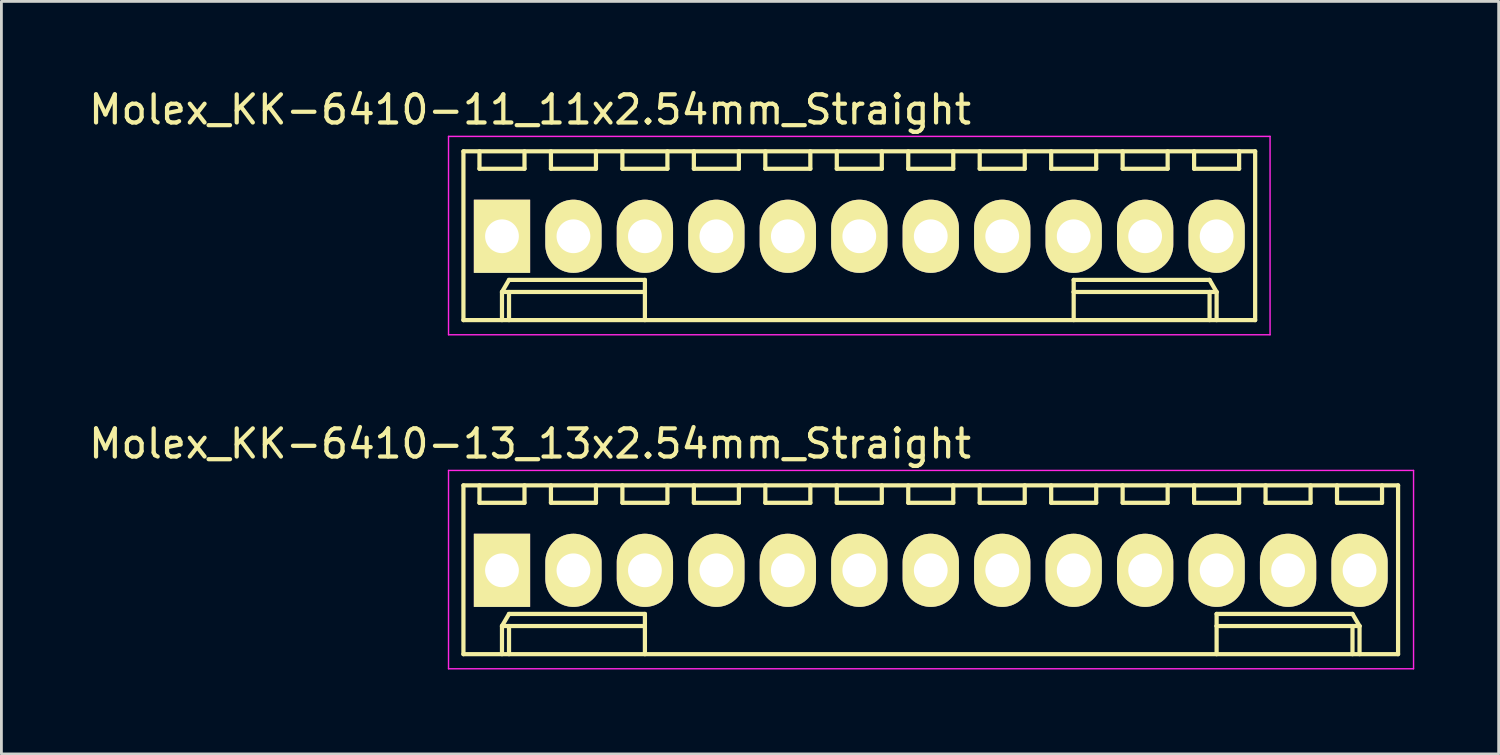
<source format=kicad_pcb>
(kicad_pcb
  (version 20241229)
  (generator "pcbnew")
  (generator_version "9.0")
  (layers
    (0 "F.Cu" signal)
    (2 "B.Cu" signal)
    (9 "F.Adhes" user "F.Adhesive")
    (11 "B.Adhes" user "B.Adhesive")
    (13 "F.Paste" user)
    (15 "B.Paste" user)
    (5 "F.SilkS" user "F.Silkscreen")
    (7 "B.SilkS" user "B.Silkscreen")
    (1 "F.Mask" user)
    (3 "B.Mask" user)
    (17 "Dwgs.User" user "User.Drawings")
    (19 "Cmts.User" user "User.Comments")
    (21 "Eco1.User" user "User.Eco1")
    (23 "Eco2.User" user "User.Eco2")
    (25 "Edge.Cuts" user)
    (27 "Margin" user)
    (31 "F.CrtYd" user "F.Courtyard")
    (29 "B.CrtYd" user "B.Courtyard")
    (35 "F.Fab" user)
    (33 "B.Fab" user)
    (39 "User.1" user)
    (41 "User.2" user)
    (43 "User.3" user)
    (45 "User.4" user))
  (footprint "Molex_KK-6410-13_13x2.54mm_Straight"
    (layer "F.Cu")
    (at 14.792 17.221)
    (property "Reference" "Molex_KK-6410-13_13x2.54mm_Straight" (at 1 -4.5 0) (layer "F.SilkS") (effects (font (size 1 1) (thickness 0.15))))
    (attr through_hole)
    (fp_line (start -1.37 -3.02) (end -1.37 2.98) (stroke (width 0.15) (type solid)) (layer "F.SilkS"))
    (fp_line (start -1.37 2.98) (end 31.85 2.98) (stroke (width 0.15) (type solid)) (layer "F.SilkS"))
    (fp_line (start -0.8 -3.02) (end -0.8 -2.4) (stroke (width 0.15) (type solid)) (layer "F.SilkS"))
    (fp_line (start -0.8 -2.4) (end 0.8 -2.4) (stroke (width 0.15) (type solid)) (layer "F.SilkS"))
    (fp_line (start 0 1.98) (end 0.25 1.55) (stroke (width 0.15) (type solid)) (layer "F.SilkS"))
    (fp_line (start 0 1.98) (end 5.08 1.98) (stroke (width 0.15) (type solid)) (layer "F.SilkS"))
    (fp_line (start 0 2.98) (end 0 1.98) (stroke (width 0.15) (type solid)) (layer "F.SilkS"))
    (fp_line (start 0.25 1.55) (end 5.08 1.55) (stroke (width 0.15) (type solid)) (layer "F.SilkS"))
    (fp_line (start 0.25 2.98) (end 0.25 1.98) (stroke (width 0.15) (type solid)) (layer "F.SilkS"))
    (fp_line (start 0.8 -2.4) (end 0.8 -3.02) (stroke (width 0.15) (type solid)) (layer "F.SilkS"))
    (fp_line (start 1.74 -3.02) (end 1.74 -2.4) (stroke (width 0.15) (type solid)) (layer "F.SilkS"))
    (fp_line (start 1.74 -2.4) (end 3.34 -2.4) (stroke (width 0.15) (type solid)) (layer "F.SilkS"))
    (fp_line (start 3.34 -2.4) (end 3.34 -3.02) (stroke (width 0.15) (type solid)) (layer "F.SilkS"))
    (fp_line (start 4.28 -3.02) (end 4.28 -2.4) (stroke (width 0.15) (type solid)) (layer "F.SilkS"))
    (fp_line (start 4.28 -2.4) (end 5.88 -2.4) (stroke (width 0.15) (type solid)) (layer "F.SilkS"))
    (fp_line (start 5.08 1.55) (end 5.08 1.98) (stroke (width 0.15) (type solid)) (layer "F.SilkS"))
    (fp_line (start 5.08 1.98) (end 5.08 2.98) (stroke (width 0.15) (type solid)) (layer "F.SilkS"))
    (fp_line (start 5.88 -2.4) (end 5.88 -3.02) (stroke (width 0.15) (type solid)) (layer "F.SilkS"))
    (fp_line (start 6.82 -3.02) (end 6.82 -2.4) (stroke (width 0.15) (type solid)) (layer "F.SilkS"))
    (fp_line (start 6.82 -2.4) (end 8.42 -2.4) (stroke (width 0.15) (type solid)) (layer "F.SilkS"))
    (fp_line (start 8.42 -2.4) (end 8.42 -3.02) (stroke (width 0.15) (type solid)) (layer "F.SilkS"))
    (fp_line (start 9.36 -3.02) (end 9.36 -2.4) (stroke (width 0.15) (type solid)) (layer "F.SilkS"))
    (fp_line (start 9.36 -2.4) (end 10.96 -2.4) (stroke (width 0.15) (type solid)) (layer "F.SilkS"))
    (fp_line (start 10.96 -2.4) (end 10.96 -3.02) (stroke (width 0.15) (type solid)) (layer "F.SilkS"))
    (fp_line (start 11.9 -3.02) (end 11.9 -2.4) (stroke (width 0.15) (type solid)) (layer "F.SilkS"))
    (fp_line (start 11.9 -2.4) (end 13.5 -2.4) (stroke (width 0.15) (type solid)) (layer "F.SilkS"))
    (fp_line (start 13.5 -2.4) (end 13.5 -3.02) (stroke (width 0.15) (type solid)) (layer "F.SilkS"))
    (fp_line (start 14.44 -3.02) (end 14.44 -2.4) (stroke (width 0.15) (type solid)) (layer "F.SilkS"))
    (fp_line (start 14.44 -2.4) (end 16.04 -2.4) (stroke (width 0.15) (type solid)) (layer "F.SilkS"))
    (fp_line (start 16.04 -2.4) (end 16.04 -3.02) (stroke (width 0.15) (type solid)) (layer "F.SilkS"))
    (fp_line (start 16.98 -3.02) (end 16.98 -2.4) (stroke (width 0.15) (type solid)) (layer "F.SilkS"))
    (fp_line (start 16.98 -2.4) (end 18.58 -2.4) (stroke (width 0.15) (type solid)) (layer "F.SilkS"))
    (fp_line (start 18.58 -2.4) (end 18.58 -3.02) (stroke (width 0.15) (type solid)) (layer "F.SilkS"))
    (fp_line (start 19.52 -3.02) (end 19.52 -2.4) (stroke (width 0.15) (type solid)) (layer "F.SilkS"))
    (fp_line (start 19.52 -2.4) (end 21.12 -2.4) (stroke (width 0.15) (type solid)) (layer "F.SilkS"))
    (fp_line (start 21.12 -2.4) (end 21.12 -3.02) (stroke (width 0.15) (type solid)) (layer "F.SilkS"))
    (fp_line (start 22.06 -3.02) (end 22.06 -2.4) (stroke (width 0.15) (type solid)) (layer "F.SilkS"))
    (fp_line (start 22.06 -2.4) (end 23.66 -2.4) (stroke (width 0.15) (type solid)) (layer "F.SilkS"))
    (fp_line (start 23.66 -2.4) (end 23.66 -3.02) (stroke (width 0.15) (type solid)) (layer "F.SilkS"))
    (fp_line (start 24.6 -3.02) (end 24.6 -2.4) (stroke (width 0.15) (type solid)) (layer "F.SilkS"))
    (fp_line (start 24.6 -2.4) (end 26.2 -2.4) (stroke (width 0.15) (type solid)) (layer "F.SilkS"))
    (fp_line (start 25.4 1.55) (end 25.4 1.98) (stroke (width 0.15) (type solid)) (layer "F.SilkS"))
    (fp_line (start 25.4 1.98) (end 25.4 2.98) (stroke (width 0.15) (type solid)) (layer "F.SilkS"))
    (fp_line (start 26.2 -2.4) (end 26.2 -3.02) (stroke (width 0.15) (type solid)) (layer "F.SilkS"))
    (fp_line (start 27.14 -3.02) (end 27.14 -2.4) (stroke (width 0.15) (type solid)) (layer "F.SilkS"))
    (fp_line (start 27.14 -2.4) (end 28.74 -2.4) (stroke (width 0.15) (type solid)) (layer "F.SilkS"))
    (fp_line (start 28.74 -2.4) (end 28.74 -3.02) (stroke (width 0.15) (type solid)) (layer "F.SilkS"))
    (fp_line (start 29.68 -3.02) (end 29.68 -2.4) (stroke (width 0.15) (type solid)) (layer "F.SilkS"))
    (fp_line (start 29.68 -2.4) (end 31.28 -2.4) (stroke (width 0.15) (type solid)) (layer "F.SilkS"))
    (fp_line (start 30.23 1.55) (end 25.4 1.55) (stroke (width 0.15) (type solid)) (layer "F.SilkS"))
    (fp_line (start 30.23 2.98) (end 30.23 1.98) (stroke (width 0.15) (type solid)) (layer "F.SilkS"))
    (fp_line (start 30.48 1.98) (end 25.4 1.98) (stroke (width 0.15) (type solid)) (layer "F.SilkS"))
    (fp_line (start 30.48 1.98) (end 30.23 1.55) (stroke (width 0.15) (type solid)) (layer "F.SilkS"))
    (fp_line (start 30.48 2.98) (end 30.48 1.98) (stroke (width 0.15) (type solid)) (layer "F.SilkS"))
    (fp_line (start 31.28 -2.4) (end 31.28 -3.02) (stroke (width 0.15) (type solid)) (layer "F.SilkS"))
    (fp_line (start 31.85 -3.02) (end -1.37 -3.02) (stroke (width 0.15) (type solid)) (layer "F.SilkS"))
    (fp_line (start 31.85 2.98) (end 31.85 -3.02) (stroke (width 0.15) (type solid)) (layer "F.SilkS"))
    (fp_line (start -1.9 -3.55) (end 32.4 -3.55) (stroke (width 0.05) (type solid)) (layer "F.CrtYd"))
    (fp_line (start -1.9 3.5) (end -1.9 -3.55) (stroke (width 0.05) (type solid)) (layer "F.CrtYd"))
    (fp_line (start 32.4 -3.55) (end 32.4 3.5) (stroke (width 0.05) (type solid)) (layer "F.CrtYd"))
    (fp_line (start 32.4 3.5) (end -1.9 3.5) (stroke (width 0.05) (type solid)) (layer "F.CrtYd"))
    (pad "1" thru_hole rect (at 0 0) (size 2 2.6) (drill 1.2) (layers "*.Cu" "*.Mask" "F.SilkS"))
    (pad "2" thru_hole oval (at 2.54 0) (size 2 2.6) (drill 1.2) (layers "*.Cu" "*.Mask" "F.SilkS"))
    (pad "3" thru_hole oval (at 5.08 0) (size 2 2.6) (drill 1.2) (layers "*.Cu" "*.Mask" "F.SilkS"))
    (pad "4" thru_hole oval (at 7.62 0) (size 2 2.6) (drill 1.2) (layers "*.Cu" "*.Mask" "F.SilkS"))
    (pad "5" thru_hole oval (at 10.16 0) (size 2 2.6) (drill 1.2) (layers "*.Cu" "*.Mask" "F.SilkS"))
    (pad "6" thru_hole oval (at 12.7 0) (size 2 2.6) (drill 1.2) (layers "*.Cu" "*.Mask" "F.SilkS"))
    (pad "7" thru_hole oval (at 15.24 0) (size 2 2.6) (drill 1.2) (layers "*.Cu" "*.Mask" "F.SilkS"))
    (pad "8" thru_hole oval (at 17.78 0) (size 2 2.6) (drill 1.2) (layers "*.Cu" "*.Mask" "F.SilkS"))
    (pad "9" thru_hole oval (at 20.32 0) (size 2 2.6) (drill 1.2) (layers "*.Cu" "*.Mask" "F.SilkS"))
    (pad "10" thru_hole oval (at 22.86 0) (size 2 2.6) (drill 1.2) (layers "*.Cu" "*.Mask" "F.SilkS"))
    (pad "11" thru_hole oval (at 25.4 0) (size 2 2.6) (drill 1.2) (layers "*.Cu" "*.Mask" "F.SilkS"))
    (pad "12" thru_hole oval (at 27.94 0) (size 2 2.6) (drill 1.2) (layers "*.Cu" "*.Mask" "F.SilkS"))
    (pad "13" thru_hole oval (at 30.48 0) (size 2 2.6) (drill 1.2) (layers "*.Cu" "*.Mask" "F.SilkS")))
  (footprint "Molex_KK-6410-11_11x2.54mm_Straight"
    (layer "F.Cu")
    (at 14.792 5.348)
    (property "Reference" "Molex_KK-6410-11_11x2.54mm_Straight" (at 1 -4.5 0) (layer "F.SilkS") (effects (font (size 1 1) (thickness 0.15))))
    (attr through_hole)
    (fp_line (start -1.37 -3.02) (end -1.37 2.98) (stroke (width 0.15) (type solid)) (layer "F.SilkS"))
    (fp_line (start -1.37 2.98) (end 26.77 2.98) (stroke (width 0.15) (type solid)) (layer "F.SilkS"))
    (fp_line (start -0.8 -3.02) (end -0.8 -2.4) (stroke (width 0.15) (type solid)) (layer "F.SilkS"))
    (fp_line (start -0.8 -2.4) (end 0.8 -2.4) (stroke (width 0.15) (type solid)) (layer "F.SilkS"))
    (fp_line (start 0 1.98) (end 0.25 1.55) (stroke (width 0.15) (type solid)) (layer "F.SilkS"))
    (fp_line (start 0 1.98) (end 5.08 1.98) (stroke (width 0.15) (type solid)) (layer "F.SilkS"))
    (fp_line (start 0 2.98) (end 0 1.98) (stroke (width 0.15) (type solid)) (layer "F.SilkS"))
    (fp_line (start 0.25 1.55) (end 5.08 1.55) (stroke (width 0.15) (type solid)) (layer "F.SilkS"))
    (fp_line (start 0.25 2.98) (end 0.25 1.98) (stroke (width 0.15) (type solid)) (layer "F.SilkS"))
    (fp_line (start 0.8 -2.4) (end 0.8 -3.02) (stroke (width 0.15) (type solid)) (layer "F.SilkS"))
    (fp_line (start 1.74 -3.02) (end 1.74 -2.4) (stroke (width 0.15) (type solid)) (layer "F.SilkS"))
    (fp_line (start 1.74 -2.4) (end 3.34 -2.4) (stroke (width 0.15) (type solid)) (layer "F.SilkS"))
    (fp_line (start 3.34 -2.4) (end 3.34 -3.02) (stroke (width 0.15) (type solid)) (layer "F.SilkS"))
    (fp_line (start 4.28 -3.02) (end 4.28 -2.4) (stroke (width 0.15) (type solid)) (layer "F.SilkS"))
    (fp_line (start 4.28 -2.4) (end 5.88 -2.4) (stroke (width 0.15) (type solid)) (layer "F.SilkS"))
    (fp_line (start 5.08 1.55) (end 5.08 1.98) (stroke (width 0.15) (type solid)) (layer "F.SilkS"))
    (fp_line (start 5.08 1.98) (end 5.08 2.98) (stroke (width 0.15) (type solid)) (layer "F.SilkS"))
    (fp_line (start 5.88 -2.4) (end 5.88 -3.02) (stroke (width 0.15) (type solid)) (layer "F.SilkS"))
    (fp_line (start 6.82 -3.02) (end 6.82 -2.4) (stroke (width 0.15) (type solid)) (layer "F.SilkS"))
    (fp_line (start 6.82 -2.4) (end 8.42 -2.4) (stroke (width 0.15) (type solid)) (layer "F.SilkS"))
    (fp_line (start 8.42 -2.4) (end 8.42 -3.02) (stroke (width 0.15) (type solid)) (layer "F.SilkS"))
    (fp_line (start 9.36 -3.02) (end 9.36 -2.4) (stroke (width 0.15) (type solid)) (layer "F.SilkS"))
    (fp_line (start 9.36 -2.4) (end 10.96 -2.4) (stroke (width 0.15) (type solid)) (layer "F.SilkS"))
    (fp_line (start 10.96 -2.4) (end 10.96 -3.02) (stroke (width 0.15) (type solid)) (layer "F.SilkS"))
    (fp_line (start 11.9 -3.02) (end 11.9 -2.4) (stroke (width 0.15) (type solid)) (layer "F.SilkS"))
    (fp_line (start 11.9 -2.4) (end 13.5 -2.4) (stroke (width 0.15) (type solid)) (layer "F.SilkS"))
    (fp_line (start 13.5 -2.4) (end 13.5 -3.02) (stroke (width 0.15) (type solid)) (layer "F.SilkS"))
    (fp_line (start 14.44 -3.02) (end 14.44 -2.4) (stroke (width 0.15) (type solid)) (layer "F.SilkS"))
    (fp_line (start 14.44 -2.4) (end 16.04 -2.4) (stroke (width 0.15) (type solid)) (layer "F.SilkS"))
    (fp_line (start 16.04 -2.4) (end 16.04 -3.02) (stroke (width 0.15) (type solid)) (layer "F.SilkS"))
    (fp_line (start 16.98 -3.02) (end 16.98 -2.4) (stroke (width 0.15) (type solid)) (layer "F.SilkS"))
    (fp_line (start 16.98 -2.4) (end 18.58 -2.4) (stroke (width 0.15) (type solid)) (layer "F.SilkS"))
    (fp_line (start 18.58 -2.4) (end 18.58 -3.02) (stroke (width 0.15) (type solid)) (layer "F.SilkS"))
    (fp_line (start 19.52 -3.02) (end 19.52 -2.4) (stroke (width 0.15) (type solid)) (layer "F.SilkS"))
    (fp_line (start 19.52 -2.4) (end 21.12 -2.4) (stroke (width 0.15) (type solid)) (layer "F.SilkS"))
    (fp_line (start 20.32 1.55) (end 20.32 1.98) (stroke (width 0.15) (type solid)) (layer "F.SilkS"))
    (fp_line (start 20.32 1.98) (end 20.32 2.98) (stroke (width 0.15) (type solid)) (layer "F.SilkS"))
    (fp_line (start 21.12 -2.4) (end 21.12 -3.02) (stroke (width 0.15) (type solid)) (layer "F.SilkS"))
    (fp_line (start 22.06 -3.02) (end 22.06 -2.4) (stroke (width 0.15) (type solid)) (layer "F.SilkS"))
    (fp_line (start 22.06 -2.4) (end 23.66 -2.4) (stroke (width 0.15) (type solid)) (layer "F.SilkS"))
    (fp_line (start 23.66 -2.4) (end 23.66 -3.02) (stroke (width 0.15) (type solid)) (layer "F.SilkS"))
    (fp_line (start 24.6 -3.02) (end 24.6 -2.4) (stroke (width 0.15) (type solid)) (layer "F.SilkS"))
    (fp_line (start 24.6 -2.4) (end 26.2 -2.4) (stroke (width 0.15) (type solid)) (layer "F.SilkS"))
    (fp_line (start 25.15 1.55) (end 20.32 1.55) (stroke (width 0.15) (type solid)) (layer "F.SilkS"))
    (fp_line (start 25.15 2.98) (end 25.15 1.98) (stroke (width 0.15) (type solid)) (layer "F.SilkS"))
    (fp_line (start 25.4 1.98) (end 20.32 1.98) (stroke (width 0.15) (type solid)) (layer "F.SilkS"))
    (fp_line (start 25.4 1.98) (end 25.15 1.55) (stroke (width 0.15) (type solid)) (layer "F.SilkS"))
    (fp_line (start 25.4 2.98) (end 25.4 1.98) (stroke (width 0.15) (type solid)) (layer "F.SilkS"))
    (fp_line (start 26.2 -2.4) (end 26.2 -3.02) (stroke (width 0.15) (type solid)) (layer "F.SilkS"))
    (fp_line (start 26.77 -3.02) (end -1.37 -3.02) (stroke (width 0.15) (type solid)) (layer "F.SilkS"))
    (fp_line (start 26.77 2.98) (end 26.77 -3.02) (stroke (width 0.15) (type solid)) (layer "F.SilkS"))
    (fp_line (start -1.9 -3.55) (end 27.3 -3.55) (stroke (width 0.05) (type solid)) (layer "F.CrtYd"))
    (fp_line (start -1.9 3.5) (end -1.9 -3.55) (stroke (width 0.05) (type solid)) (layer "F.CrtYd"))
    (fp_line (start 27.3 -3.55) (end 27.3 3.5) (stroke (width 0.05) (type solid)) (layer "F.CrtYd"))
    (fp_line (start 27.3 3.5) (end -1.9 3.5) (stroke (width 0.05) (type solid)) (layer "F.CrtYd"))
    (pad "1" thru_hole rect (at 0 0) (size 2 2.6) (drill 1.2) (layers "*.Cu" "*.Mask" "F.SilkS"))
    (pad "2" thru_hole oval (at 2.54 0) (size 2 2.6) (drill 1.2) (layers "*.Cu" "*.Mask" "F.SilkS"))
    (pad "3" thru_hole oval (at 5.08 0) (size 2 2.6) (drill 1.2) (layers "*.Cu" "*.Mask" "F.SilkS"))
    (pad "4" thru_hole oval (at 7.62 0) (size 2 2.6) (drill 1.2) (layers "*.Cu" "*.Mask" "F.SilkS"))
    (pad "5" thru_hole oval (at 10.16 0) (size 2 2.6) (drill 1.2) (layers "*.Cu" "*.Mask" "F.SilkS"))
    (pad "6" thru_hole oval (at 12.7 0) (size 2 2.6) (drill 1.2) (layers "*.Cu" "*.Mask" "F.SilkS"))
    (pad "7" thru_hole oval (at 15.24 0) (size 2 2.6) (drill 1.2) (layers "*.Cu" "*.Mask" "F.SilkS"))
    (pad "8" thru_hole oval (at 17.78 0) (size 2 2.6) (drill 1.2) (layers "*.Cu" "*.Mask" "F.SilkS"))
    (pad "9" thru_hole oval (at 20.32 0) (size 2 2.6) (drill 1.2) (layers "*.Cu" "*.Mask" "F.SilkS"))
    (pad "10" thru_hole oval (at 22.86 0) (size 2 2.6) (drill 1.2) (layers "*.Cu" "*.Mask" "F.SilkS"))
    (pad "11" thru_hole oval (at 25.4 0) (size 2 2.6) (drill 1.2) (layers "*.Cu" "*.Mask" "F.SilkS")))
  (gr_rect
    (start -3 -3)
    (end 50.217 23.747)
    (stroke (width 0.1) (type default))
    (fill no)
    (layer "Edge.Cuts")))
</source>
